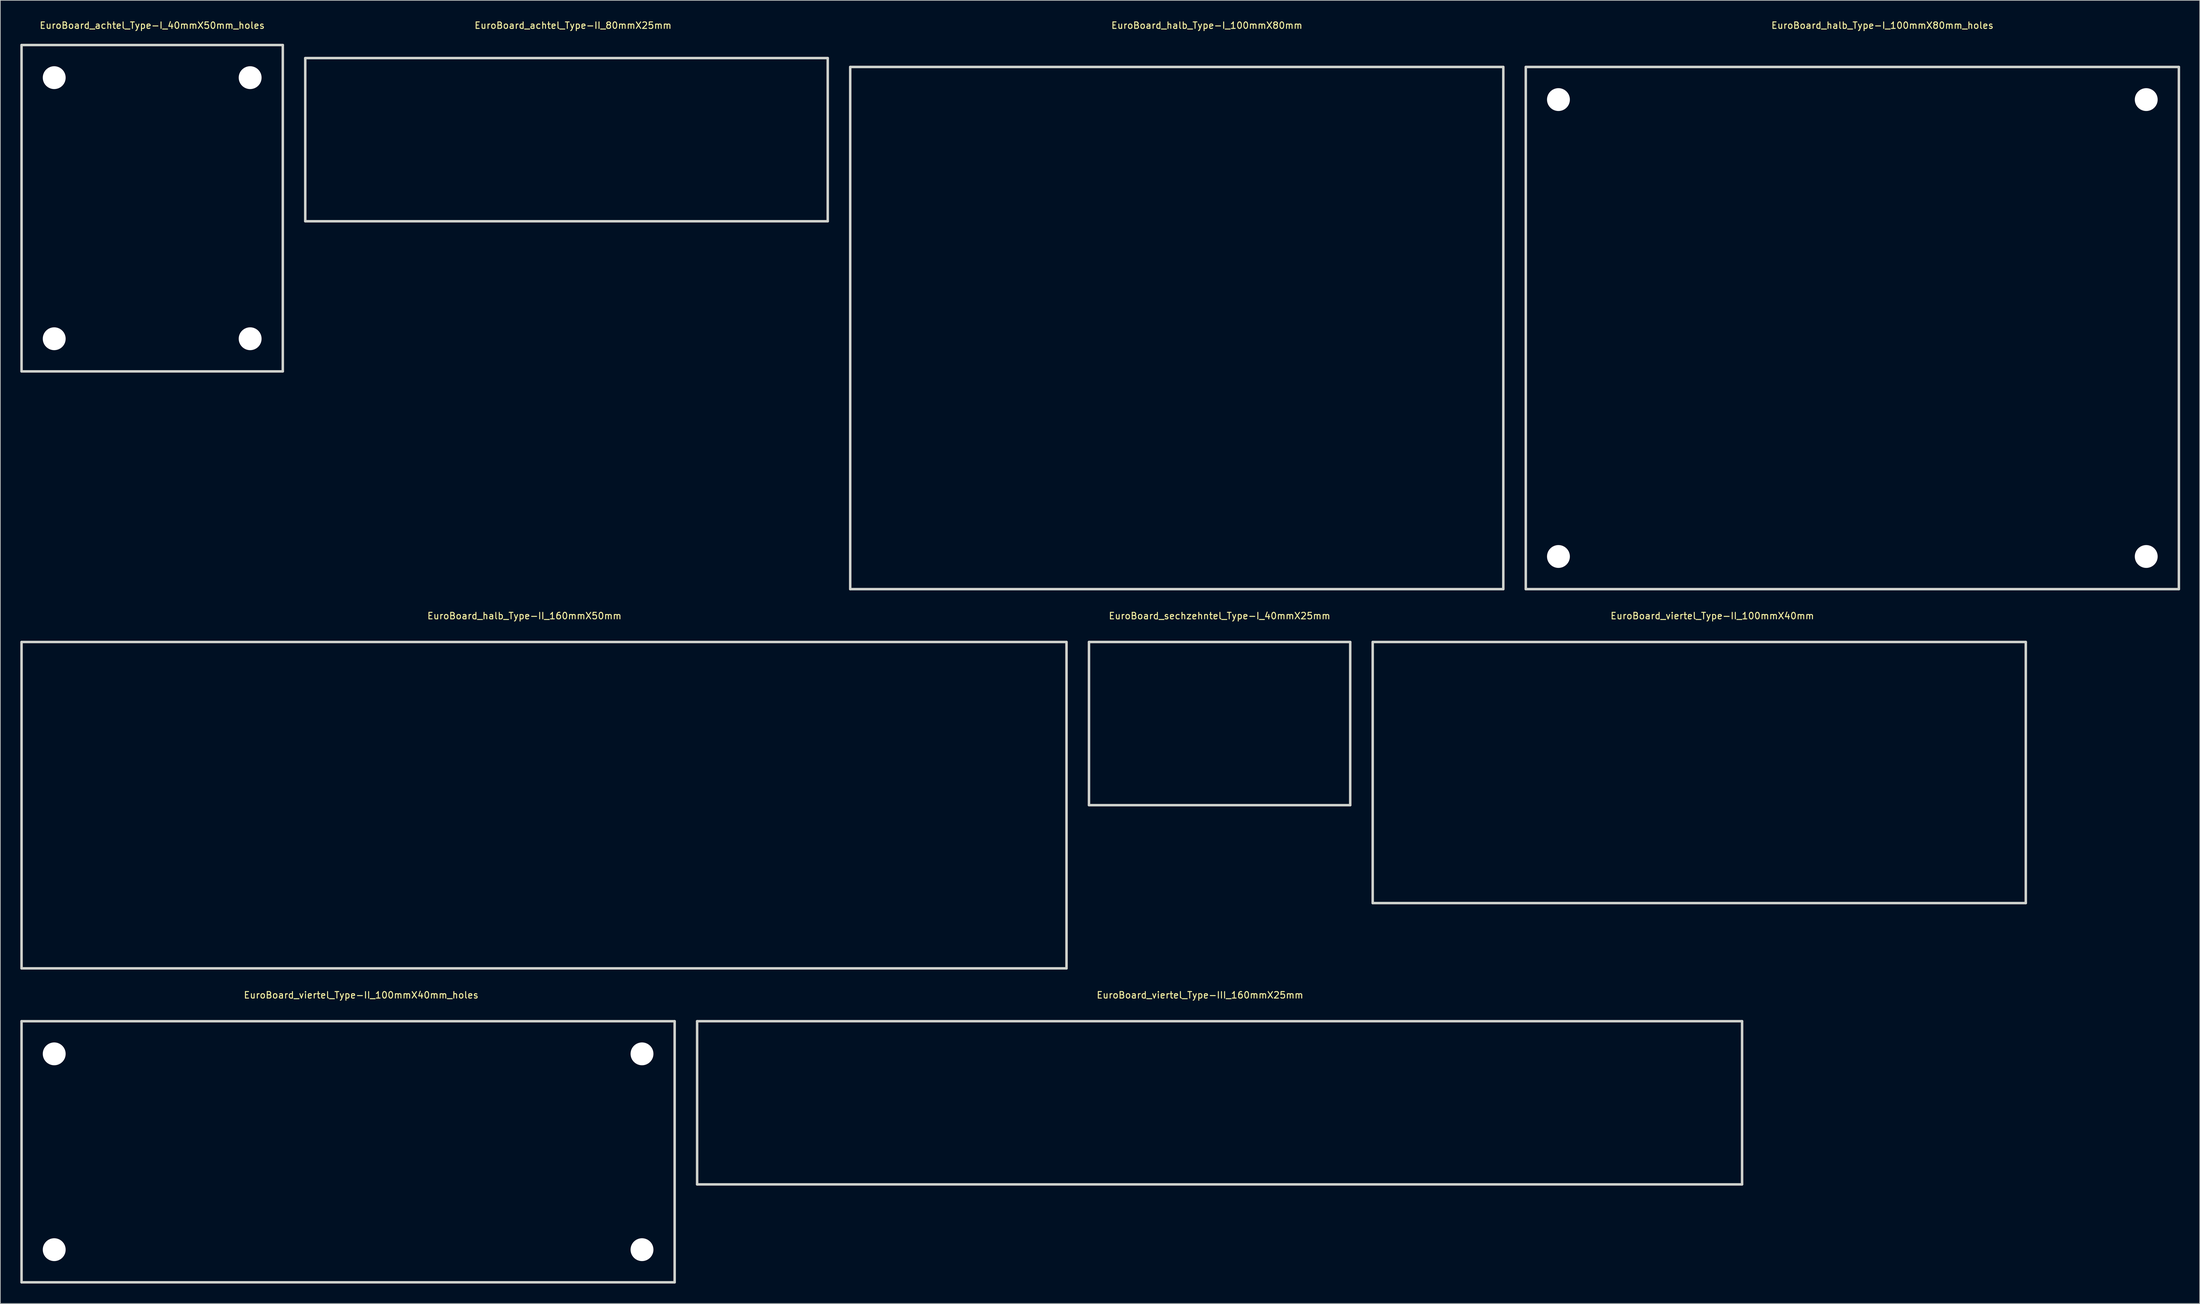
<source format=kicad_pcb>
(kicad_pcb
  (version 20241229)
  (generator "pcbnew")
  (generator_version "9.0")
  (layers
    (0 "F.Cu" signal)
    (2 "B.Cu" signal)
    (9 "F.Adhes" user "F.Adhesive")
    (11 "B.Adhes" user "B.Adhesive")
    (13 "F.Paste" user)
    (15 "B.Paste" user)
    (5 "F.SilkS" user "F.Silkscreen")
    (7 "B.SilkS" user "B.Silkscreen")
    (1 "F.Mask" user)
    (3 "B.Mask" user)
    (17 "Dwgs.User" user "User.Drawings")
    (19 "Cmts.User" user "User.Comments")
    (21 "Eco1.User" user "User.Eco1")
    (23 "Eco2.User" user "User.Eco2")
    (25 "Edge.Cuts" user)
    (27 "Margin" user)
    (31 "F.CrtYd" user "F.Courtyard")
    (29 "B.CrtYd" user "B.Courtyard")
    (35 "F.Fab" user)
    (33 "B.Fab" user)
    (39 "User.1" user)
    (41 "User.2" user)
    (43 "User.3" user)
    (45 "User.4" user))
  (footprint "EuroBoard_sechzehntel_Type-I_40mmX25mm"
    (layer "F.Cu")
    (at 163.69 120.306)
    (property "Reference" "EuroBoard_sechzehntel_Type-I_40mmX25mm" (at 20 -28.999 0) (layer "F.SilkS") (effects (font (size 1 1) (thickness 0.15))))
    (attr through_hole)
    (fp_line (start 0 -25.001) (end 0 0) (stroke (width 0.381) (type solid)) (layer "Edge.Cuts"))
    (fp_line (start 0 0) (end 40 0) (stroke (width 0.381) (type solid)) (layer "Edge.Cuts"))
    (fp_line (start 40 -25.001) (end 0 -25.001) (stroke (width 0.381) (type solid)) (layer "Edge.Cuts"))
    (fp_line (start 40 0) (end 40 -25.001) (stroke (width 0.381) (type solid)) (layer "Edge.Cuts")))
  (footprint "EuroBoard_halb_Type-I_100mmX80mm_holes"
    (layer "F.Cu")
    (at 230.571 87.208)
    (property "Reference" "EuroBoard_halb_Type-I_100mmX80mm_holes" (at 54.61 -86.36 0) (layer "F.SilkS") (effects (font (size 1 1) (thickness 0.15))))
    (attr through_hole)
    (fp_line (start 0 -80) (end 100 -80) (stroke (width 0.381) (type solid)) (layer "Edge.Cuts"))
    (fp_line (start 0 0) (end 0 -80) (stroke (width 0.381) (type solid)) (layer "Edge.Cuts"))
    (fp_line (start 100 -80) (end 100 0) (stroke (width 0.381) (type solid)) (layer "Edge.Cuts"))
    (fp_line (start 100 0) (end 0 0) (stroke (width 0.381) (type solid)) (layer "Edge.Cuts"))
    (pad "" np_thru_hole circle (at 5.001 -75.001) (size 3.5 3.5) (drill 3.5) (layers "*.Cu" "*.Mask"))
    (pad "" np_thru_hole circle (at 5.001 -5.001) (size 3.5 3.5) (drill 3.5) (layers "*.Cu" "*.Mask"))
    (pad "" np_thru_hole circle (at 95.001 -75.001) (size 3.5 3.5) (drill 3.5) (layers "*.Cu" "*.Mask"))
    (pad "" np_thru_hole circle (at 95.001 -5.001) (size 3.5 3.5) (drill 3.5) (layers "*.Cu" "*.Mask")))
  (footprint "EuroBoard_viertel_Type-III_160mmX25mm"
    (layer "F.Cu")
    (at 103.69 178.404)
    (property "Reference" "EuroBoard_viertel_Type-III_160mmX25mm" (at 77 -28.999 0) (layer "F.SilkS") (effects (font (size 1 1) (thickness 0.15))))
    (attr through_hole)
    (fp_line (start 0 -25.001) (end 0 0) (stroke (width 0.381) (type solid)) (layer "Edge.Cuts"))
    (fp_line (start 0 0) (end 160 0) (stroke (width 0.381) (type solid)) (layer "Edge.Cuts"))
    (fp_line (start 160 -25.001) (end 0 -25.001) (stroke (width 0.381) (type solid)) (layer "Edge.Cuts"))
    (fp_line (start 160 0) (end 160 -25.001) (stroke (width 0.381) (type solid)) (layer "Edge.Cuts")))
  (footprint "EuroBoard_halb_Type-II_160mmX50mm"
    (layer "F.Cu")
    (at 0.25 145.307)
    (property "Reference" "EuroBoard_halb_Type-II_160mmX50mm" (at 77 -54 0) (layer "F.SilkS") (effects (font (size 1 1) (thickness 0.15))))
    (attr through_hole)
    (fp_line (start 0 -50) (end 0 0) (stroke (width 0.381) (type solid)) (layer "Edge.Cuts"))
    (fp_line (start 0 0) (end 160 0) (stroke (width 0.381) (type solid)) (layer "Edge.Cuts"))
    (fp_line (start 160 -50) (end 0 -50) (stroke (width 0.381) (type solid)) (layer "Edge.Cuts"))
    (fp_line (start 160 0) (end 160 -50) (stroke (width 0.381) (type solid)) (layer "Edge.Cuts")))
  (footprint "EuroBoard_viertel_Type-II_100mmX40mm_holes"
    (layer "F.Cu")
    (at 0.25 193.406)
    (property "Reference" "EuroBoard_viertel_Type-II_100mmX40mm_holes" (at 51.999 -44 0) (layer "F.SilkS") (effects (font (size 1 1) (thickness 0.15))))
    (attr through_hole)
    (fp_line (start 0 -40) (end 0 0) (stroke (width 0.381) (type solid)) (layer "Edge.Cuts"))
    (fp_line (start 0 0) (end 100 0) (stroke (width 0.381) (type solid)) (layer "Edge.Cuts"))
    (fp_line (start 100 -40) (end 0 -40) (stroke (width 0.381) (type solid)) (layer "Edge.Cuts"))
    (fp_line (start 100 0) (end 100 -40) (stroke (width 0.381) (type solid)) (layer "Edge.Cuts"))
    (pad "" np_thru_hole circle (at 5.001 -35.001) (size 3.5 3.5) (drill 3.5) (layers "*.Cu" "*.Mask"))
    (pad "" np_thru_hole circle (at 5.001 -5.001) (size 3.5 3.5) (drill 3.5) (layers "*.Cu" "*.Mask"))
    (pad "" np_thru_hole circle (at 95.001 -35.001) (size 3.5 3.5) (drill 3.5) (layers "*.Cu" "*.Mask"))
    (pad "" np_thru_hole circle (at 95.001 -5.001) (size 3.5 3.5) (drill 3.5) (layers "*.Cu" "*.Mask")))
  (footprint "EuroBoard_halb_Type-I_100mmX80mm"
    (layer "F.Cu")
    (at 127.131 87.208)
    (property "Reference" "EuroBoard_halb_Type-I_100mmX80mm" (at 54.61 -86.36 0) (layer "F.SilkS") (effects (font (size 1 1) (thickness 0.15))))
    (attr through_hole)
    (fp_line (start 0 -80) (end 100 -80) (stroke (width 0.381) (type solid)) (layer "Edge.Cuts"))
    (fp_line (start 0 0) (end 0 -80) (stroke (width 0.381) (type solid)) (layer "Edge.Cuts"))
    (fp_line (start 100 -80) (end 100 0) (stroke (width 0.381) (type solid)) (layer "Edge.Cuts"))
    (fp_line (start 100 0) (end 0 0) (stroke (width 0.381) (type solid)) (layer "Edge.Cuts")))
  (footprint "EuroBoard_achtel_Type-II_80mmX25mm"
    (layer "F.Cu")
    (at 43.69 30.848)
    (property "Reference" "EuroBoard_achtel_Type-II_80mmX25mm" (at 41.001 -30 0) (layer "F.SilkS") (effects (font (size 1 1) (thickness 0.15))))
    (attr through_hole)
    (fp_line (start 0 -25.001) (end 0 0) (stroke (width 0.381) (type solid)) (layer "Edge.Cuts"))
    (fp_line (start 0 0) (end 80 0) (stroke (width 0.381) (type solid)) (layer "Edge.Cuts"))
    (fp_line (start 80 -25.001) (end 0 -25.001) (stroke (width 0.381) (type solid)) (layer "Edge.Cuts"))
    (fp_line (start 80 0) (end 80 -25.001) (stroke (width 0.381) (type solid)) (layer "Edge.Cuts")))
  (footprint "EuroBoard_viertel_Type-II_100mmX40mm"
    (layer "F.Cu")
    (at 207.131 135.307)
    (property "Reference" "EuroBoard_viertel_Type-II_100mmX40mm" (at 51.999 -44 0) (layer "F.SilkS") (effects (font (size 1 1) (thickness 0.15))))
    (attr through_hole)
    (fp_line (start 0 -40) (end 0 0) (stroke (width 0.381) (type solid)) (layer "Edge.Cuts"))
    (fp_line (start 0 0) (end 100 0) (stroke (width 0.381) (type solid)) (layer "Edge.Cuts"))
    (fp_line (start 100 -40) (end 0 -40) (stroke (width 0.381) (type solid)) (layer "Edge.Cuts"))
    (fp_line (start 100 0) (end 100 -40) (stroke (width 0.381) (type solid)) (layer "Edge.Cuts")))
  (footprint "EuroBoard_achtel_Type-I_40mmX50mm_holes"
    (layer "F.Cu")
    (at 0.25 53.848)
    (property "Reference" "EuroBoard_achtel_Type-I_40mmX50mm_holes" (at 20 -53 0) (layer "F.SilkS") (effects (font (size 1 1) (thickness 0.15))))
    (attr through_hole)
    (fp_line (start 0 -50) (end 0 0) (stroke (width 0.381) (type solid)) (layer "Edge.Cuts"))
    (fp_line (start 0 0) (end 40 0) (stroke (width 0.381) (type solid)) (layer "Edge.Cuts"))
    (fp_line (start 40 -50) (end 0 -50) (stroke (width 0.381) (type solid)) (layer "Edge.Cuts"))
    (fp_line (start 40 0) (end 40 -50) (stroke (width 0.381) (type solid)) (layer "Edge.Cuts"))
    (pad "" np_thru_hole circle (at 5.001 -45.001) (size 3.5 3.5) (drill 3.5) (layers "*.Cu" "*.Mask"))
    (pad "" np_thru_hole circle (at 5.001 -5.001) (size 3.5 3.5) (drill 3.5) (layers "*.Cu" "*.Mask"))
    (pad "" np_thru_hole circle (at 35.001 -45.001) (size 3.5 3.5) (drill 3.5) (layers "*.Cu" "*.Mask"))
    (pad "" np_thru_hole circle (at 35.001 -5.001) (size 3.5 3.5) (drill 3.5) (layers "*.Cu" "*.Mask")))
  (gr_rect
    (start -3 -3)
    (end 333.761 196.656)
    (stroke (width 0.1) (type default))
    (fill no)
    (layer "Edge.Cuts")))
</source>
